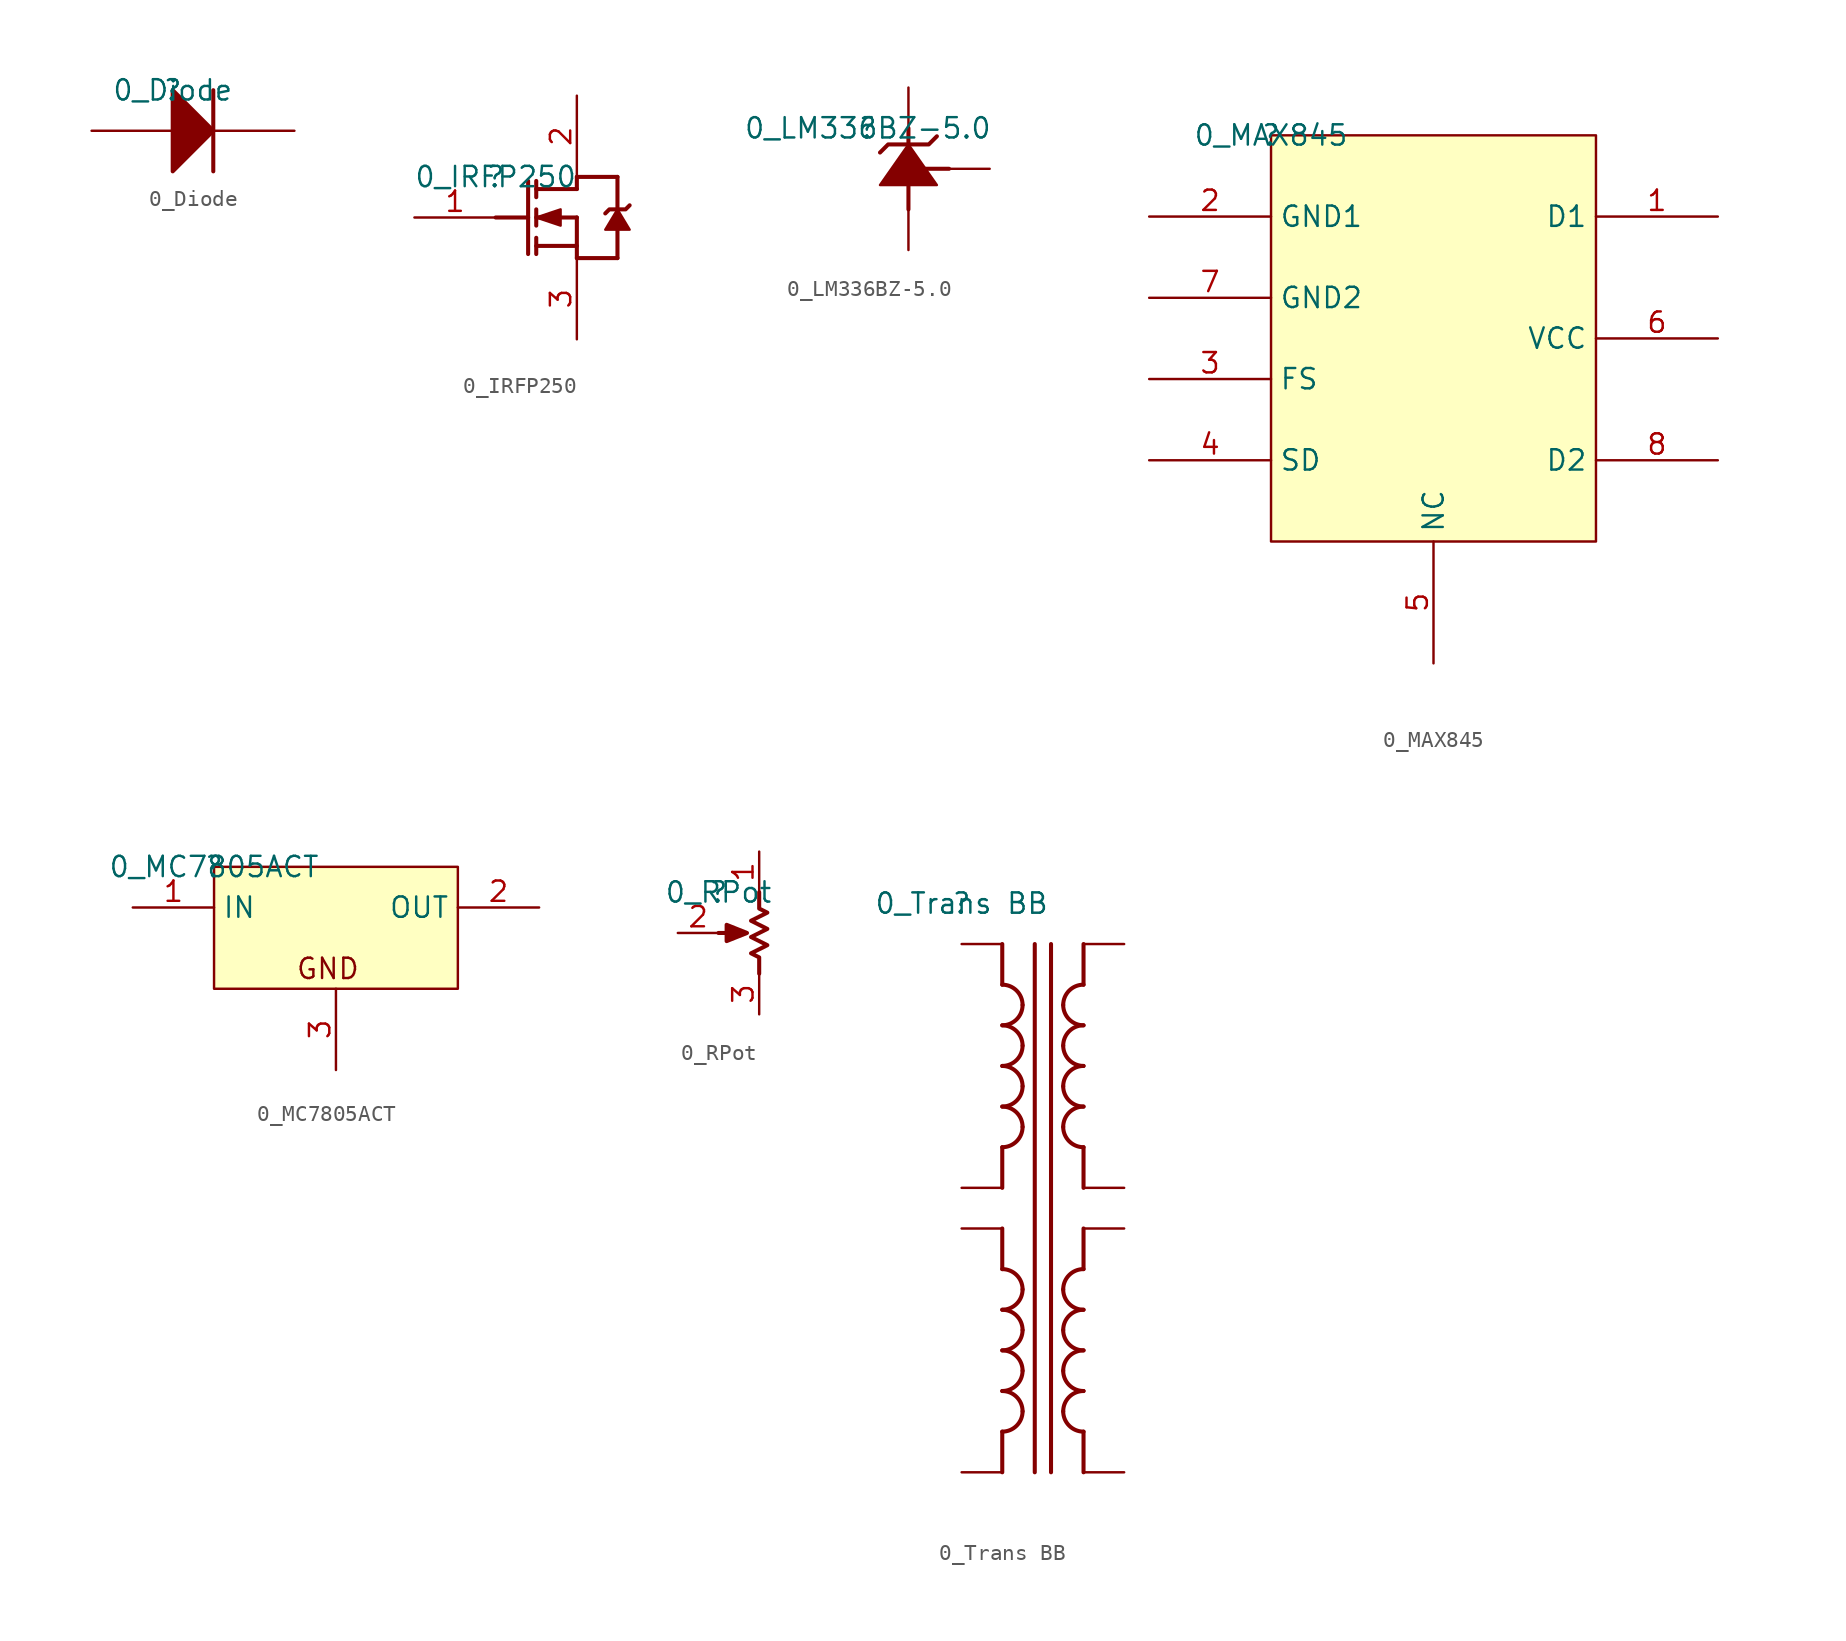
<source format=kicad_sym>
(kicad_symbol_lib
  (version 20211014)
  (generator kicad_symbol_editor)
  (symbol "0_Diode"
    (property "Reference" ""
      (at 0 0 0)
      (effects (font (size 1.27 1.27))))
    (property "Value" "0_Diode"
      (at 0 0 0)
      (effects (font (size 1.27 1.27))))
    (symbol "0_Diode_1_0"
      (polyline (pts (xy 2.54 0) (xy 2.54 -5.08)) (stroke (width 0.254) (type default) (color 0 0 0 0)) (fill (type none)))
      (polyline (pts (xy 0 -5.08) (xy 2.54 -2.54) (xy 0 0) (xy 0 -5.08)) (stroke (width 0.254) (type default) (color 0 0 0 0)) (fill (type outline)))
      (pin passive line (at -5.08 -2.54 0) (length 5.08) (name "A" (effects (font (size 0 0)))) (number "1" (effects (font (size 0 0)))))
      (pin passive line (at 7.62 -2.54 180) (length 5.08) (name "K" (effects (font (size 0 0)))) (number "2" (effects (font (size 0 0)))))))
  (symbol "0_IRFP250"
    (property "Reference" ""
      (at 0 0 0)
      (effects (font (size 1.27 1.27))))
    (property "Value" "0_IRFP250"
      (at 0 0 0)
      (effects (font (size 1.27 1.27))))
    (symbol "0_IRFP250_1_0"
      (polyline (pts (xy 0 -2.54) (xy 2.032 -2.54)) (stroke (width 0.254) (type default) (color 0 0 0 0)) (fill (type none)))
      (polyline (pts (xy 2.032 -0.254) (xy 2.032 -4.826)) (stroke (width 0.254) (type default) (color 0 0 0 0)) (fill (type none)))
      (polyline (pts (xy 2.54 -4.826) (xy 2.54 -3.81)) (stroke (width 0.254) (type default) (color 0 0 0 0)) (fill (type none)))
      (polyline (pts (xy 2.54 -3.048) (xy 2.54 -2.032)) (stroke (width 0.254) (type default) (color 0 0 0 0)) (fill (type none)))
      (polyline (pts (xy 2.54 -0.254) (xy 2.54 -1.27)) (stroke (width 0.254) (type default) (color 0 0 0 0)) (fill (type none)))
      (polyline (pts (xy 5.08 -5.08) (xy 7.62 -5.08)) (stroke (width 0.254) (type default) (color 0 0 0 0)) (fill (type none)))
      (polyline (pts (xy 5.08 -4.318) (xy 2.54 -4.318)) (stroke (width 0.254) (type default) (color 0 0 0 0)) (fill (type none)))
      (polyline (pts (xy 5.08 -2.54) (xy 2.54 -2.54)) (stroke (width 0.254) (type default) (color 0 0 0 0)) (fill (type none)))
      (polyline (pts (xy 5.08 -2.54) (xy 5.08 -5.08)) (stroke (width 0.254) (type default) (color 0 0 0 0)) (fill (type none)))
      (polyline (pts (xy 5.08 -0.762) (xy 2.54 -0.762)) (stroke (width 0.254) (type default) (color 0 0 0 0)) (fill (type none)))
      (polyline (pts (xy 5.08 -0.762) (xy 5.08 0)) (stroke (width 0.254) (type default) (color 0 0 0 0)) (fill (type none)))
      (polyline (pts (xy 5.08 0) (xy 7.62 0)) (stroke (width 0.254) (type default) (color 0 0 0 0)) (fill (type none)))
      (polyline (pts (xy 7.62 -5.08) (xy 7.62 -3.302)) (stroke (width 0.254) (type default) (color 0 0 0 0)) (fill (type none)))
      (polyline (pts (xy 7.62 0) (xy 7.62 -2.032)) (stroke (width 0.254) (type default) (color 0 0 0 0)) (fill (type none)))
      (polyline (pts (xy 2.54 -2.54) (xy 4.064 -3.048) (xy 4.064 -2.032) (xy 2.54 -2.54)) (stroke (width 0) (type default) (color 0 0 0 0)) (fill (type outline)))
      (polyline (pts (xy 7.62 -2.032) (xy 6.858 -3.302) (xy 8.382 -3.302) (xy 7.62 -2.032)) (stroke (width 0) (type default) (color 0 0 0 0)) (fill (type outline)))
      (polyline (pts (xy 8.382 -1.778) (xy 8.128 -2.032) (xy 7.112 -2.032) (xy 6.858 -2.286)) (stroke (width 0.254) (type default) (color 0 0 0 0)) (fill (type none)))
      (pin passive line (at -5.08 -2.54 0) (length 5.08) (name "G" (effects (font (size 0 0)))) (number "1" (effects (font (size 1.27 1.27)))))
      (pin passive line (at 5.08 5.08 270) (length 5.08) (name "D" (effects (font (size 0 0)))) (number "2" (effects (font (size 1.27 1.27)))))
      (pin passive line (at 5.08 -10.16 90) (length 5.08) (name "S" (effects (font (size 0 0)))) (number "3" (effects (font (size 1.27 1.27)))))))
  (symbol "0_LM336BZ-5.0"
    (property "Reference" ""
      (at 0 0 0)
      (effects (font (size 1.27 1.27))))
    (property "Value" "0_LM336BZ-5.0"
      (at 0 0 0)
      (effects (font (size 1.27 1.27))))
    (symbol "0_LM336BZ-5.0_1_0"
      (polyline (pts (xy 2.54 0) (xy 2.54 -5.08)) (stroke (width 0.254) (type default) (color 0 0 0 0)) (fill (type none)))
      (polyline (pts (xy 3.556 -2.54) (xy 5.08 -2.54)) (stroke (width 0.254) (type default) (color 0 0 0 0)) (fill (type none)))
      (polyline (pts (xy 4.318 -3.556) (xy 2.54 -1.016) (xy 0.762 -3.556) (xy 4.318 -3.556)) (stroke (width 0) (type default) (color 0 0 0 0)) (fill (type outline)))
      (polyline (pts (xy 4.318 -0.508) (xy 3.81 -1.016) (xy 1.27 -1.016) (xy 0.762 -1.524)) (stroke (width 0.254) (type default) (color 0 0 0 0)) (fill (type none)))
      (pin passive line (at 2.54 -7.62 90) (length 2.54) (name "-V" (effects (font (size 0 0)))) (number "1" (effects (font (size 0 0)))))
      (pin passive line (at 2.54 2.54 270) (length 2.54) (name "+V" (effects (font (size 0 0)))) (number "2" (effects (font (size 0 0)))))
      (pin input line (at 7.62 -2.54 180) (length 2.54) (name "ADJ" (effects (font (size 0 0)))) (number "3" (effects (font (size 0 0)))))))
  (symbol "0_MAX845"
    (property "Reference" ""
      (at 0 0 0)
      (effects (font (size 1.27 1.27))))
    (property "Value" "0_MAX845"
      (at 0 0 0)
      (effects (font (size 1.27 1.27))))
    (symbol "0_MAX845_1_0"
      (rectangle (start 20.32 0) (end 0 -25.4) (stroke (width 0) (type default) (color 0 0 0 0)) (fill (type background)))
      (pin passive line (at 27.94 -5.08 180) (length 7.62) (name "D1" (effects (font (size 1.27 1.27)))) (number "1" (effects (font (size 1.27 1.27)))))
      (pin passive line (at -7.62 -5.08 0) (length 7.62) (name "GND1" (effects (font (size 1.27 1.27)))) (number "2" (effects (font (size 1.27 1.27)))))
      (pin passive line (at -7.62 -15.24 0) (length 7.62) (name "FS" (effects (font (size 1.27 1.27)))) (number "3" (effects (font (size 1.27 1.27)))))
      (pin passive line (at -7.62 -20.32 0) (length 7.62) (name "SD" (effects (font (size 1.27 1.27)))) (number "4" (effects (font (size 1.27 1.27)))))
      (pin passive line (at 10.16 -33.02 90) (length 7.62) (name "NC" (effects (font (size 1.27 1.27)))) (number "5" (effects (font (size 1.27 1.27)))))
      (pin passive line (at 27.94 -12.7 180) (length 7.62) (name "VCC" (effects (font (size 1.27 1.27)))) (number "6" (effects (font (size 1.27 1.27)))))
      (pin passive line (at -7.62 -10.16 0) (length 7.62) (name "GND2" (effects (font (size 1.27 1.27)))) (number "7" (effects (font (size 1.27 1.27)))))
      (pin passive line (at 27.94 -20.32 180) (length 7.62) (name "D2" (effects (font (size 1.27 1.27)))) (number "8" (effects (font (size 1.27 1.27)))))))
  (symbol "0_MC7805ACT"
    (property "Reference" ""
      (at 0 0 0)
      (effects (font (size 1.27 1.27))))
    (property "Value" "0_MC7805ACT"
      (at 0 0 0)
      (effects (font (size 1.27 1.27))))
    (symbol "0_MC7805ACT_1_0"
      (rectangle (start 15.24 0) (end 0 -7.62) (stroke (width 0) (type default) (color 0 0 0 0)) (fill (type background)))
      (text "GND" (at 5.08 -7.112 0) (effects (font (size 1.27 1.27)) (justify left bottom)))
      (pin power_in line (at -5.08 -2.54 0) (length 5.08) (name "IN" (effects (font (size 1.27 1.27)))) (number "1" (effects (font (size 1.27 1.27)))))
      (pin power_in line (at 20.32 -2.54 180) (length 5.08) (name "OUT" (effects (font (size 1.27 1.27)))) (number "2" (effects (font (size 1.27 1.27)))))
      (pin power_in line (at 7.62 -12.7 90) (length 5.08) (name "GND" (effects (font (size 0 0)))) (number "3" (effects (font (size 1.27 1.27)))))))
  (symbol "0_RPot"
    (property "Reference" ""
      (at 0 0 0)
      (effects (font (size 1.27 1.27))))
    (property "Value" "0_RPot"
      (at 0 0 0)
      (effects (font (size 1.27 1.27))))
    (symbol "0_RPot_1_0"
      (polyline (pts (xy 1.27 -2.54) (xy 0 -2.54)) (stroke (width 0.254) (type default) (color 0 0 0 0)) (fill (type none)))
      (polyline (pts (xy 1.778 -2.54) (xy 0.508 -3.048) (xy 0.508 -2.032) (xy 1.778 -2.54)) (stroke (width 0.254) (type default) (color 0 0 0 0)) (fill (type outline)))
      (polyline (pts (xy 2.54 -5.08) (xy 2.54 -4.064) (xy 2.032 -3.81) (xy 3.048 -3.302) (xy 2.032 -2.794) (xy 3.048 -2.286) (xy 2.032 -1.778) (xy 3.048 -1.27) (xy 2.54 -1.016) (xy 2.54 0)) (stroke (width 0.254) (type default) (color 0 0 0 0)) (fill (type none)))
      (pin passive line (at 2.54 2.54 270) (length 2.54) (name "TOP" (effects (font (size 0 0)))) (number "1" (effects (font (size 1.27 1.27)))))
      (pin passive line (at -2.54 -2.54 0) (length 2.54) (name "TAP" (effects (font (size 0 0)))) (number "2" (effects (font (size 1.27 1.27)))))
      (pin passive line (at 2.54 -7.62 90) (length 2.54) (name "BOT" (effects (font (size 0 0)))) (number "3" (effects (font (size 1.27 1.27)))))))
  (symbol "0_Trans BB"
    (property "Reference" ""
      (at 0 0 0)
      (effects (font (size 1.27 1.27))))
    (property "Value" "0_Trans BB"
      (at 0 0 0)
      (effects (font (size 1.27 1.27))))
    (symbol "0_Trans BB_1_0"
      (polyline (pts (xy 2.54 -33.02) (xy 2.54 -35.56)) (stroke (width 0.254) (type default) (color 0 0 0 0)) (fill (type none)))
      (polyline (pts (xy 2.54 -20.32) (xy 2.54 -22.86)) (stroke (width 0.254) (type default) (color 0 0 0 0)) (fill (type none)))
      (polyline (pts (xy 2.54 -15.24) (xy 2.54 -17.78)) (stroke (width 0.254) (type default) (color 0 0 0 0)) (fill (type none)))
      (polyline (pts (xy 2.54 -2.54) (xy 2.54 -5.08)) (stroke (width 0.254) (type default) (color 0 0 0 0)) (fill (type none)))
      (polyline (pts (xy 4.572 -2.54) (xy 4.572 -35.56)) (stroke (width 0.254) (type default) (color 0 0 0 0)) (fill (type none)))
      (polyline (pts (xy 5.588 -2.54) (xy 5.588 -35.56)) (stroke (width 0.254) (type default) (color 0 0 0 0)) (fill (type none)))
      (polyline (pts (xy 7.62 -33.02) (xy 7.62 -35.56)) (stroke (width 0.254) (type default) (color 0 0 0 0)) (fill (type none)))
      (polyline (pts (xy 7.62 -20.32) (xy 7.62 -22.86)) (stroke (width 0.254) (type default) (color 0 0 0 0)) (fill (type none)))
      (polyline (pts (xy 7.62 -15.24) (xy 7.62 -17.78)) (stroke (width 0.254) (type default) (color 0 0 0 0)) (fill (type none)))
      (polyline (pts (xy 7.62 -2.54) (xy 7.62 -5.08)) (stroke (width 0.254) (type default) (color 0 0 0 0)) (fill (type none)))
      (arc (start 2.54 -33.02) (mid 3.438 -32.648) (end 3.81 -31.75) (stroke (width 0.254) (type default) (color 0 0 0 0)) (fill (type none)))
      (arc (start 2.54 -30.48) (mid 3.438 -30.108) (end 3.81 -29.21) (stroke (width 0.254) (type default) (color 0 0 0 0)) (fill (type none)))
      (arc (start 2.54 -27.94) (mid 3.438 -27.568) (end 3.81 -26.67) (stroke (width 0.254) (type default) (color 0 0 0 0)) (fill (type none)))
      (arc (start 2.54 -25.4) (mid 3.438 -25.028) (end 3.81 -24.13) (stroke (width 0.254) (type default) (color 0 0 0 0)) (fill (type none)))
      (arc (start 2.54 -15.24) (mid 3.438 -14.868) (end 3.81 -13.97) (stroke (width 0.254) (type default) (color 0 0 0 0)) (fill (type none)))
      (arc (start 2.54 -12.7) (mid 3.438 -12.328) (end 3.81 -11.43) (stroke (width 0.254) (type default) (color 0 0 0 0)) (fill (type none)))
      (arc (start 2.54 -10.16) (mid 3.438 -9.788) (end 3.81 -8.89) (stroke (width 0.254) (type default) (color 0 0 0 0)) (fill (type none)))
      (arc (start 2.54 -7.62) (mid 3.438 -7.248) (end 3.81 -6.35) (stroke (width 0.254) (type default) (color 0 0 0 0)) (fill (type none)))
      (arc (start 3.81 -31.75) (mid 3.438 -30.852) (end 2.54 -30.48) (stroke (width 0.254) (type default) (color 0 0 0 0)) (fill (type none)))
      (arc (start 3.81 -29.21) (mid 3.438 -28.312) (end 2.54 -27.94) (stroke (width 0.254) (type default) (color 0 0 0 0)) (fill (type none)))
      (arc (start 3.81 -26.67) (mid 3.438 -25.772) (end 2.54 -25.4) (stroke (width 0.254) (type default) (color 0 0 0 0)) (fill (type none)))
      (arc (start 3.81 -24.13) (mid 3.438 -23.232) (end 2.54 -22.86) (stroke (width 0.254) (type default) (color 0 0 0 0)) (fill (type none)))
      (arc (start 3.81 -13.97) (mid 3.438 -13.072) (end 2.54 -12.7) (stroke (width 0.254) (type default) (color 0 0 0 0)) (fill (type none)))
      (arc (start 3.81 -11.43) (mid 3.438 -10.532) (end 2.54 -10.16) (stroke (width 0.254) (type default) (color 0 0 0 0)) (fill (type none)))
      (arc (start 3.81 -8.89) (mid 3.438 -7.992) (end 2.54 -7.62) (stroke (width 0.254) (type default) (color 0 0 0 0)) (fill (type none)))
      (arc (start 3.81 -6.35) (mid 3.438 -5.452) (end 2.54 -5.08) (stroke (width 0.254) (type default) (color 0 0 0 0)) (fill (type none)))
      (arc (start 6.35 -31.75) (mid 6.722 -32.648) (end 7.62 -33.02) (stroke (width 0.254) (type default) (color 0 0 0 0)) (fill (type none)))
      (arc (start 6.35 -29.21) (mid 6.722 -30.108) (end 7.62 -30.48) (stroke (width 0.254) (type default) (color 0 0 0 0)) (fill (type none)))
      (arc (start 6.35 -26.67) (mid 6.722 -27.568) (end 7.62 -27.94) (stroke (width 0.254) (type default) (color 0 0 0 0)) (fill (type none)))
      (arc (start 6.35 -24.13) (mid 6.722 -25.028) (end 7.62 -25.4) (stroke (width 0.254) (type default) (color 0 0 0 0)) (fill (type none)))
      (arc (start 6.35 -13.97) (mid 6.722 -14.868) (end 7.62 -15.24) (stroke (width 0.254) (type default) (color 0 0 0 0)) (fill (type none)))
      (arc (start 6.35 -11.43) (mid 6.722 -12.328) (end 7.62 -12.7) (stroke (width 0.254) (type default) (color 0 0 0 0)) (fill (type none)))
      (arc (start 6.35 -8.89) (mid 6.722 -9.788) (end 7.62 -10.16) (stroke (width 0.254) (type default) (color 0 0 0 0)) (fill (type none)))
      (arc (start 6.35 -6.35) (mid 6.722 -7.248) (end 7.62 -7.62) (stroke (width 0.254) (type default) (color 0 0 0 0)) (fill (type none)))
      (arc (start 7.62 -30.48) (mid 6.722 -30.852) (end 6.35 -31.75) (stroke (width 0.254) (type default) (color 0 0 0 0)) (fill (type none)))
      (arc (start 7.62 -27.94) (mid 6.722 -28.312) (end 6.35 -29.21) (stroke (width 0.254) (type default) (color 0 0 0 0)) (fill (type none)))
      (arc (start 7.62 -25.4) (mid 6.722 -25.772) (end 6.35 -26.67) (stroke (width 0.254) (type default) (color 0 0 0 0)) (fill (type none)))
      (arc (start 7.62 -22.86) (mid 6.722 -23.232) (end 6.35 -24.13) (stroke (width 0.254) (type default) (color 0 0 0 0)) (fill (type none)))
      (arc (start 7.62 -12.7) (mid 6.722 -13.072) (end 6.35 -13.97) (stroke (width 0.254) (type default) (color 0 0 0 0)) (fill (type none)))
      (arc (start 7.62 -10.16) (mid 6.722 -10.532) (end 6.35 -11.43) (stroke (width 0.254) (type default) (color 0 0 0 0)) (fill (type none)))
      (arc (start 7.62 -7.62) (mid 6.722 -7.992) (end 6.35 -8.89) (stroke (width 0.254) (type default) (color 0 0 0 0)) (fill (type none)))
      (arc (start 7.62 -5.08) (mid 6.722 -5.452) (end 6.35 -6.35) (stroke (width 0.254) (type default) (color 0 0 0 0)) (fill (type none)))
      (pin passive line (at 0 -2.54 0) (length 2.54) (name "Pri1+" (effects (font (size 0 0)))) (number "1" (effects (font (size 0 0)))))
      (pin passive line (at 0 -17.78 0) (length 2.54) (name "Pri1-" (effects (font (size 0 0)))) (number "2" (effects (font (size 0 0)))))
      (pin passive line (at 0 -20.32 0) (length 2.54) (name "Pri2+" (effects (font (size 0 0)))) (number "3" (effects (font (size 0 0)))))
      (pin passive line (at 0 -35.56 0) (length 2.54) (name "Pri2-" (effects (font (size 0 0)))) (number "4" (effects (font (size 0 0)))))
      (pin passive line (at 10.16 -2.54 180) (length 2.54) (name "Sec1+" (effects (font (size 0 0)))) (number "5" (effects (font (size 0 0)))))
      (pin passive line (at 10.16 -17.78 180) (length 2.54) (name "Sec1-" (effects (font (size 0 0)))) (number "6" (effects (font (size 0 0)))))
      (pin passive line (at 10.16 -20.32 180) (length 2.54) (name "Sec2+" (effects (font (size 0 0)))) (number "7" (effects (font (size 0 0)))))
      (pin passive line (at 10.16 -35.56 180) (length 2.54) (name "Sec2-" (effects (font (size 0 0)))) (number "8" (effects (font (size 0 0))))))))
</source>
